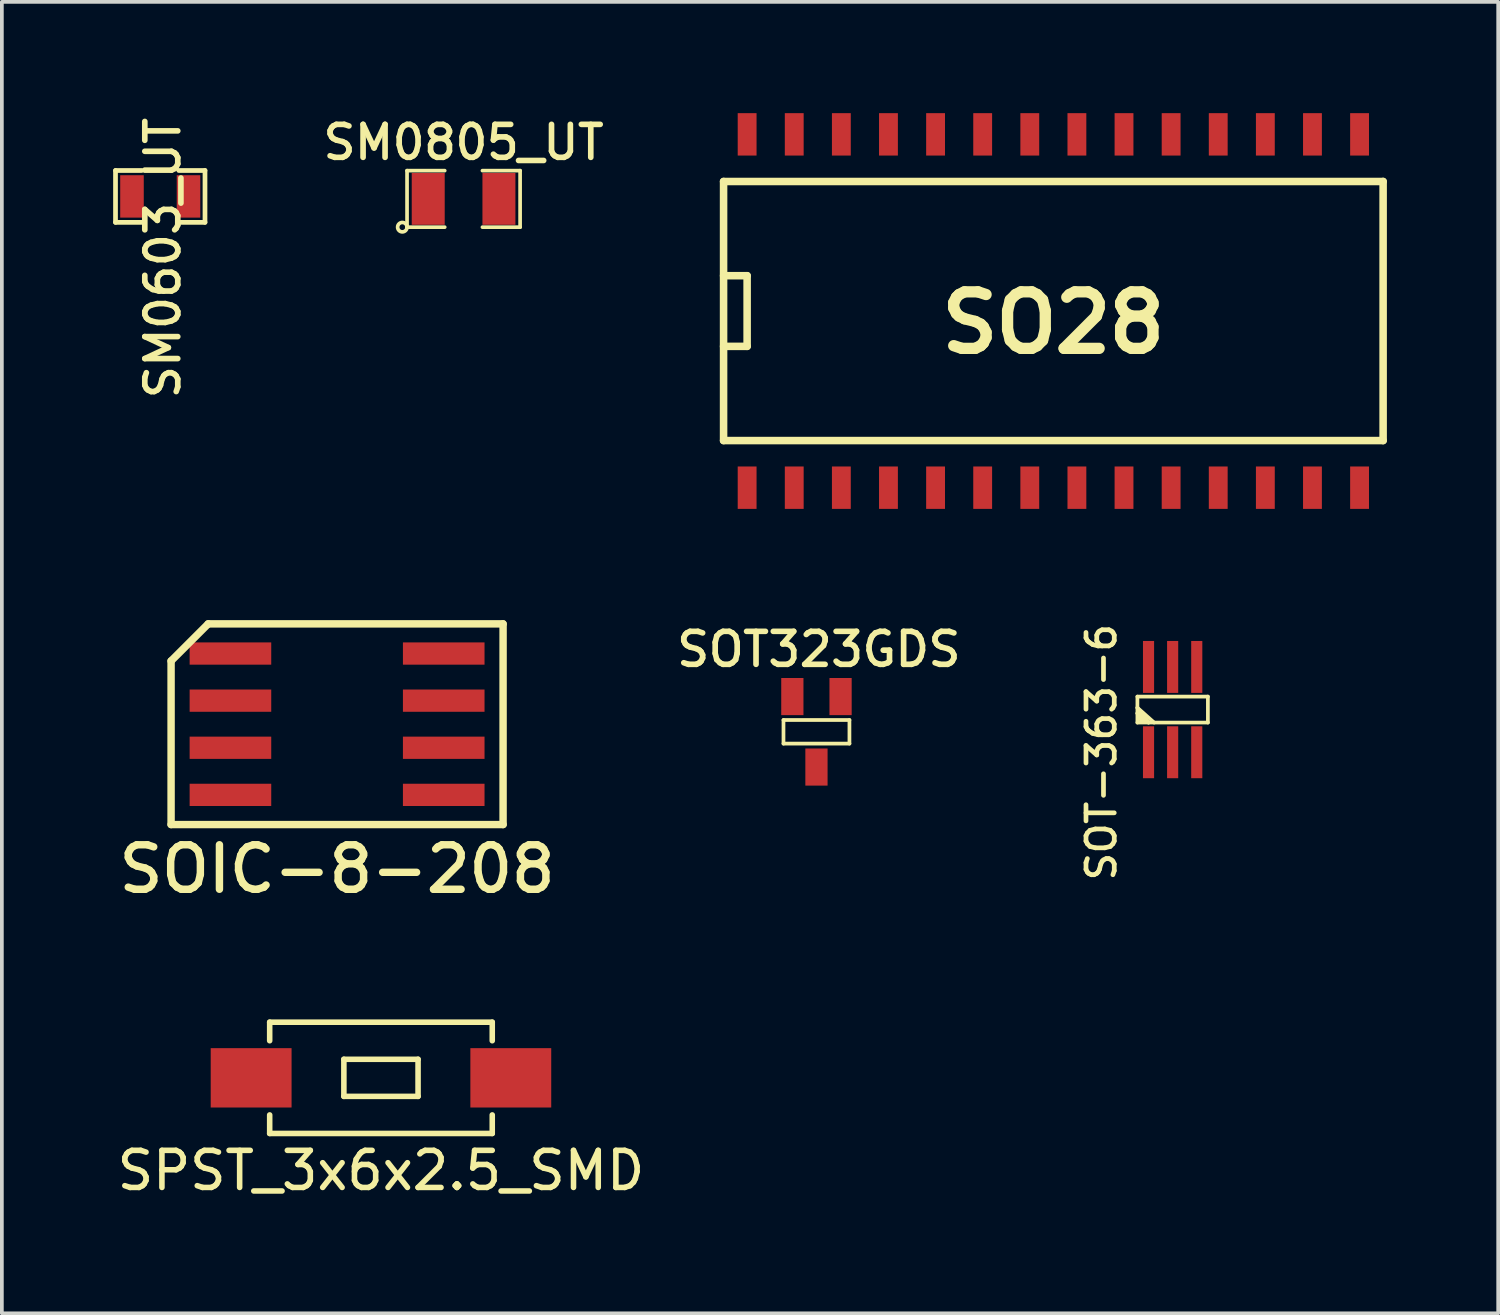
<source format=kicad_pcb>
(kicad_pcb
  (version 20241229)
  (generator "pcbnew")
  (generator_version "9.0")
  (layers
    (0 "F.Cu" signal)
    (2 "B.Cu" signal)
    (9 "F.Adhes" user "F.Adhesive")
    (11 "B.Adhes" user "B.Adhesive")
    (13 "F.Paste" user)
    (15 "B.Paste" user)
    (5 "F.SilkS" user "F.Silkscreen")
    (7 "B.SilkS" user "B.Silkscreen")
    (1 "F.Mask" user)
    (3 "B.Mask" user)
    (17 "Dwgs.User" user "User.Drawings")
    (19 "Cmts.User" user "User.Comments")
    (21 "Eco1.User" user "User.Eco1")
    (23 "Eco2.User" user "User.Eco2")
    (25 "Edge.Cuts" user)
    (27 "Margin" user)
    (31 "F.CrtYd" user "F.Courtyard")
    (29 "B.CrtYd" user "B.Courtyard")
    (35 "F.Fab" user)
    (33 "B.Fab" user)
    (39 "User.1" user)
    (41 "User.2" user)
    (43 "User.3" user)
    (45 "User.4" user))
  (footprint "SO28"
    (layer "F.Cu")
    (at 17.091 10.097)
    (property "Reference" "SO28" (at 8.255 -4.445 0) (layer "F.SilkS") (effects (font (size 1.524 1.524) (thickness 0.305))))
    (attr through_hole)
    (fp_line (start -0.635 -8.255) (end 17.145 -8.255) (stroke (width 0.203) (type solid)) (layer "F.SilkS"))
    (fp_line (start -0.635 -5.715) (end 0 -5.715) (stroke (width 0.203) (type solid)) (layer "F.SilkS"))
    (fp_line (start -0.635 -1.27) (end -0.635 -8.255) (stroke (width 0.203) (type solid)) (layer "F.SilkS"))
    (fp_line (start 0 -5.715) (end 0 -3.81) (stroke (width 0.203) (type solid)) (layer "F.SilkS"))
    (fp_line (start 0 -3.81) (end -0.635 -3.81) (stroke (width 0.203) (type solid)) (layer "F.SilkS"))
    (fp_line (start 17.145 -8.255) (end 17.145 -1.27) (stroke (width 0.203) (type solid)) (layer "F.SilkS"))
    (fp_line (start 17.145 -1.27) (end -0.635 -1.27) (stroke (width 0.203) (type solid)) (layer "F.SilkS"))
    (pad "1" smd rect (at 0 0) (size 0.508 1.143) (layers "F.Cu" "F.Mask" "F.Paste"))
    (pad "2" smd rect (at 1.27 0) (size 0.508 1.143) (layers "F.Cu" "F.Mask" "F.Paste"))
    (pad "3" smd rect (at 2.54 0) (size 0.508 1.143) (layers "F.Cu" "F.Mask" "F.Paste"))
    (pad "4" smd rect (at 3.81 0) (size 0.508 1.143) (layers "F.Cu" "F.Mask" "F.Paste"))
    (pad "5" smd rect (at 5.08 0) (size 0.508 1.143) (layers "F.Cu" "F.Mask" "F.Paste"))
    (pad "6" smd rect (at 6.35 0) (size 0.508 1.143) (layers "F.Cu" "F.Mask" "F.Paste"))
    (pad "7" smd rect (at 7.62 0) (size 0.508 1.143) (layers "F.Cu" "F.Mask" "F.Paste"))
    (pad "8" smd rect (at 8.89 0) (size 0.508 1.143) (layers "F.Cu" "F.Mask" "F.Paste"))
    (pad "9" smd rect (at 10.16 0) (size 0.508 1.143) (layers "F.Cu" "F.Mask" "F.Paste"))
    (pad "10" smd rect (at 11.43 0) (size 0.508 1.143) (layers "F.Cu" "F.Mask" "F.Paste"))
    (pad "11" smd rect (at 12.7 0) (size 0.508 1.143) (layers "F.Cu" "F.Mask" "F.Paste"))
    (pad "12" smd rect (at 13.97 0) (size 0.508 1.143) (layers "F.Cu" "F.Mask" "F.Paste"))
    (pad "13" smd rect (at 15.24 0) (size 0.508 1.143) (layers "F.Cu" "F.Mask" "F.Paste"))
    (pad "14" smd rect (at 16.51 0) (size 0.508 1.143) (layers "F.Cu" "F.Mask" "F.Paste"))
    (pad "15" smd rect (at 16.51 -9.525) (size 0.508 1.143) (layers "F.Cu" "F.Mask" "F.Paste"))
    (pad "16" smd rect (at 15.24 -9.525) (size 0.508 1.143) (layers "F.Cu" "F.Mask" "F.Paste"))
    (pad "17" smd rect (at 13.97 -9.525) (size 0.508 1.143) (layers "F.Cu" "F.Mask" "F.Paste"))
    (pad "18" smd rect (at 12.7 -9.525) (size 0.508 1.143) (layers "F.Cu" "F.Mask" "F.Paste"))
    (pad "19" smd rect (at 11.43 -9.525) (size 0.508 1.143) (layers "F.Cu" "F.Mask" "F.Paste"))
    (pad "20" smd rect (at 10.16 -9.525) (size 0.508 1.143) (layers "F.Cu" "F.Mask" "F.Paste"))
    (pad "21" smd rect (at 8.89 -9.525) (size 0.508 1.143) (layers "F.Cu" "F.Mask" "F.Paste"))
    (pad "22" smd rect (at 7.62 -9.525) (size 0.508 1.143) (layers "F.Cu" "F.Mask" "F.Paste"))
    (pad "23" smd rect (at 6.35 -9.525) (size 0.508 1.143) (layers "F.Cu" "F.Mask" "F.Paste"))
    (pad "24" smd rect (at 5.08 -9.525) (size 0.508 1.143) (layers "F.Cu" "F.Mask" "F.Paste"))
    (pad "25" smd rect (at 3.81 -9.525) (size 0.508 1.143) (layers "F.Cu" "F.Mask" "F.Paste"))
    (pad "26" smd rect (at 2.54 -9.525) (size 0.508 1.143) (layers "F.Cu" "F.Mask" "F.Paste"))
    (pad "27" smd rect (at 1.27 -9.525) (size 0.508 1.143) (layers "F.Cu" "F.Mask" "F.Paste"))
    (pad "28" smd rect (at 0 -9.525) (size 0.508 1.143) (layers "F.Cu" "F.Mask" "F.Paste")))
  (footprint "SOIC-8-208"
    (layer "F.Cu")
    (at 6.037 16.473)
    (property "Reference" "SOIC-8-208" (at 0 3.905 0) (layer "F.SilkS") (effects (font (size 1.2 1.2) (thickness 0.2))))
    (attr through_hole)
    (fp_line (start -4.475 -1.705) (end -4.475 2.705) (stroke (width 0.2) (type solid)) (layer "F.SilkS"))
    (fp_line (start -4.475 2.705) (end 4.475 2.705) (stroke (width 0.2) (type solid)) (layer "F.SilkS"))
    (fp_line (start -3.475 -2.705) (end -4.475 -1.705) (stroke (width 0.2) (type solid)) (layer "F.SilkS"))
    (fp_line (start 4.475 -2.705) (end -3.475 -2.705) (stroke (width 0.2) (type solid)) (layer "F.SilkS"))
    (fp_line (start 4.475 2.705) (end 4.475 -2.705) (stroke (width 0.2) (type solid)) (layer "F.SilkS"))
    (pad "1" smd rect (at -2.875 -1.905) (size 2.2 0.6) (layers "F.Cu" "F.Mask" "F.Paste"))
    (pad "2" smd rect (at -2.875 -0.635) (size 2.2 0.6) (layers "F.Cu" "F.Mask" "F.Paste"))
    (pad "3" smd rect (at -2.875 0.635) (size 2.2 0.6) (layers "F.Cu" "F.Mask" "F.Paste"))
    (pad "4" smd rect (at -2.875 1.905) (size 2.2 0.6) (layers "F.Cu" "F.Mask" "F.Paste"))
    (pad "5" smd rect (at 2.875 1.905) (size 2.2 0.6) (layers "F.Cu" "F.Mask" "F.Paste"))
    (pad "6" smd rect (at 2.875 0.635) (size 2.2 0.6) (layers "F.Cu" "F.Mask" "F.Paste"))
    (pad "7" smd rect (at 2.875 -0.635) (size 2.2 0.6) (layers "F.Cu" "F.Mask" "F.Paste"))
    (pad "8" smd rect (at 2.875 -1.905) (size 2.2 0.6) (layers "F.Cu" "F.Mask" "F.Paste")))
  (footprint "SOT-363-6"
    (layer "F.Cu")
    (at 27.912 17.229)
    (property "Reference" "SOT-363-6" (at -1.27 0 90) (layer "F.SilkS") (effects (font (size 0.762 0.762) (thickness 0.127))))
    (attr through_hole)
    (fp_line (start -0.3 -1.5) (end -0.3 -0.8) (stroke (width 0.1) (type solid)) (layer "F.SilkS"))
    (fp_line (start -0.3 -1.2) (end 0 -0.8) (stroke (width 0.1) (type solid)) (layer "F.SilkS"))
    (fp_line (start -0.3 -1.05) (end -0.15 -0.85) (stroke (width 0.1) (type solid)) (layer "F.SilkS"))
    (fp_line (start -0.3 -0.8) (end 1.6 -0.8) (stroke (width 0.1) (type solid)) (layer "F.SilkS"))
    (fp_line (start -0.15 -0.85) (end -0.25 -0.9) (stroke (width 0.1) (type solid)) (layer "F.SilkS"))
    (fp_line (start 0 -0.8) (end -0.3 -1.05) (stroke (width 0.1) (type solid)) (layer "F.SilkS"))
    (fp_line (start 0.15 -0.8) (end -0.3 -1.2) (stroke (width 0.1) (type solid)) (layer "F.SilkS"))
    (fp_line (start 1.6 -1.5) (end -0.3 -1.5) (stroke (width 0.1) (type solid)) (layer "F.SilkS"))
    (fp_line (start 1.6 -0.8) (end 1.6 -1.5) (stroke (width 0.1) (type solid)) (layer "F.SilkS"))
    (pad "1" smd rect (at 0 0) (size 0.3 1.4) (layers "F.Cu" "F.Mask" "F.Paste"))
    (pad "2" smd rect (at 0.65 0) (size 0.3 1.4) (layers "F.Cu" "F.Mask" "F.Paste"))
    (pad "3" smd rect (at 1.3 0) (size 0.3 1.4) (layers "F.Cu" "F.Mask" "F.Paste"))
    (pad "4" smd rect (at 1.3 -2.3) (size 0.3 1.4) (layers "F.Cu" "F.Mask" "F.Paste"))
    (pad "5" smd rect (at 0.65 -2.3) (size 0.3 1.4) (layers "F.Cu" "F.Mask" "F.Paste"))
    (pad "6" smd rect (at 0 -2.3) (size 0.3 1.4) (layers "F.Cu" "F.Mask" "F.Paste")))
  (footprint "SPST_3x6x2.5_SMD"
    (layer "F.Cu")
    (at 7.22 26.006)
    (property "Reference" "SPST_3x6x2.5_SMD" (at 0 2.5 0) (layer "F.SilkS") (effects (font (size 1 1) (thickness 0.15))))
    (attr through_hole)
    (fp_line (start -3 -1.5) (end -3 -1) (stroke (width 0.15) (type solid)) (layer "F.SilkS"))
    (fp_line (start -3 -1.5) (end 3 -1.5) (stroke (width 0.15) (type solid)) (layer "F.SilkS"))
    (fp_line (start -3 1) (end -3 1.5) (stroke (width 0.15) (type solid)) (layer "F.SilkS"))
    (fp_line (start -3 1.5) (end 3 1.5) (stroke (width 0.15) (type solid)) (layer "F.SilkS"))
    (fp_line (start -1 -0.5) (end -1 0.5) (stroke (width 0.15) (type solid)) (layer "F.SilkS"))
    (fp_line (start -1 0.5) (end 1 0.5) (stroke (width 0.15) (type solid)) (layer "F.SilkS"))
    (fp_line (start 1 -0.5) (end -1 -0.5) (stroke (width 0.15) (type solid)) (layer "F.SilkS"))
    (fp_line (start 1 0.5) (end 1 -0.5) (stroke (width 0.15) (type solid)) (layer "F.SilkS"))
    (fp_line (start 3 -1.5) (end 3 -1) (stroke (width 0.15) (type solid)) (layer "F.SilkS"))
    (fp_line (start 3 1.5) (end 3 1) (stroke (width 0.15) (type solid)) (layer "F.SilkS"))
    (pad "1" smd rect (at -3.5 0) (size 2.18 1.6) (layers "F.Cu" "F.Mask" "F.Paste"))
    (pad "2" smd rect (at 3.5 0) (size 2.18 1.6) (layers "F.Cu" "F.Mask" "F.Paste")))
  (footprint "SOT323GDS"
    (layer "F.Cu")
    (at 18.96 16.678)
    (property "Reference" "SOT323GDS" (at 0.064 -2.223 0) (layer "F.SilkS") (effects (font (size 0.889 0.889) (thickness 0.152))))
    (attr smd)
    (fp_line (start -0.889 -0.318) (end 0.889 -0.318) (stroke (width 0.1) (type solid)) (layer "F.SilkS"))
    (fp_line (start -0.889 0.318) (end -0.889 -0.318) (stroke (width 0.1) (type solid)) (layer "F.SilkS"))
    (fp_line (start 0.889 -0.318) (end 0.889 0.318) (stroke (width 0.1) (type solid)) (layer "F.SilkS"))
    (fp_line (start 0.889 0.318) (end -0.889 0.318) (stroke (width 0.1) (type solid)) (layer "F.SilkS"))
    (pad "D" smd rect (at 0 0.95) (size 0.599 1.001) (layers "F.Cu" "F.Mask" "F.Paste"))
    (pad "G" smd rect (at 0.65 -0.95) (size 0.599 1.001) (layers "F.Cu" "F.Mask" "F.Paste"))
    (pad "S" smd rect (at -0.65 -0.95) (size 0.599 1.001) (layers "F.Cu" "F.Mask" "F.Paste")))
  (footprint "SM0805_UT"
    (layer "F.Cu")
    (at 9.447 2.312)
    (property "Reference" "SM0805_UT" (at 0 -1.524 0) (layer "F.SilkS") (effects (font (size 0.889 0.889) (thickness 0.152))))
    (attr smd)
    (fp_line (start -1.524 -0.762) (end -0.508 -0.762) (stroke (width 0.099) (type solid)) (layer "F.SilkS"))
    (fp_line (start -1.524 0.762) (end -1.524 -0.762) (stroke (width 0.099) (type solid)) (layer "F.SilkS"))
    (fp_line (start -0.508 0.762) (end -1.524 0.762) (stroke (width 0.099) (type solid)) (layer "F.SilkS"))
    (fp_line (start 0.508 -0.762) (end 1.524 -0.762) (stroke (width 0.099) (type solid)) (layer "F.SilkS"))
    (fp_line (start 1.524 -0.762) (end 1.524 0.762) (stroke (width 0.099) (type solid)) (layer "F.SilkS"))
    (fp_line (start 1.524 0.762) (end 0.508 0.762) (stroke (width 0.099) (type solid)) (layer "F.SilkS"))
    (fp_circle (center -1.651 0.762) (end -1.651 0.635) (stroke (width 0.099) (type solid)) (fill no) (layer "F.SilkS"))
    (pad "1" smd rect (at -0.953 0) (size 0.889 1.397) (layers "F.Cu" "F.Mask" "F.Paste"))
    (pad "2" smd rect (at 0.953 0) (size 0.889 1.397) (layers "F.Cu" "F.Mask" "F.Paste")))
  (footprint "SM0603_UT"
    (layer "F.Cu")
    (at 1.27 2.245)
    (property "Reference" "SM0603_UT" (at 0.069 1.662 90) (layer "F.SilkS") (effects (font (size 0.889 0.889) (thickness 0.152))))
    (attr smd)
    (fp_line (start -1.206 -0.699) (end -1.206 0.699) (stroke (width 0.127) (type solid)) (layer "F.SilkS"))
    (fp_line (start -1.206 0.699) (end -0.5 0.699) (stroke (width 0.127) (type solid)) (layer "F.SilkS"))
    (fp_line (start -0.5 -0.699) (end -1.206 -0.699) (stroke (width 0.127) (type solid)) (layer "F.SilkS"))
    (fp_line (start 1.206 -0.699) (end 0.5 -0.699) (stroke (width 0.127) (type solid)) (layer "F.SilkS"))
    (fp_line (start 1.206 -0.699) (end 1.206 0.699) (stroke (width 0.127) (type solid)) (layer "F.SilkS"))
    (fp_line (start 1.206 0.699) (end 0.5 0.699) (stroke (width 0.127) (type solid)) (layer "F.SilkS"))
    (pad "1" smd rect (at -0.762 0) (size 0.635 1.143) (layers "F.Cu" "F.Mask" "F.Paste"))
    (pad "2" smd rect (at 0.762 0) (size 0.635 1.143) (layers "F.Cu" "F.Mask" "F.Paste")))
  (gr_rect
    (start -3 -3)
    (end 37.338 32.354)
    (stroke (width 0.1) (type default))
    (fill no)
    (layer "Edge.Cuts")))
</source>
